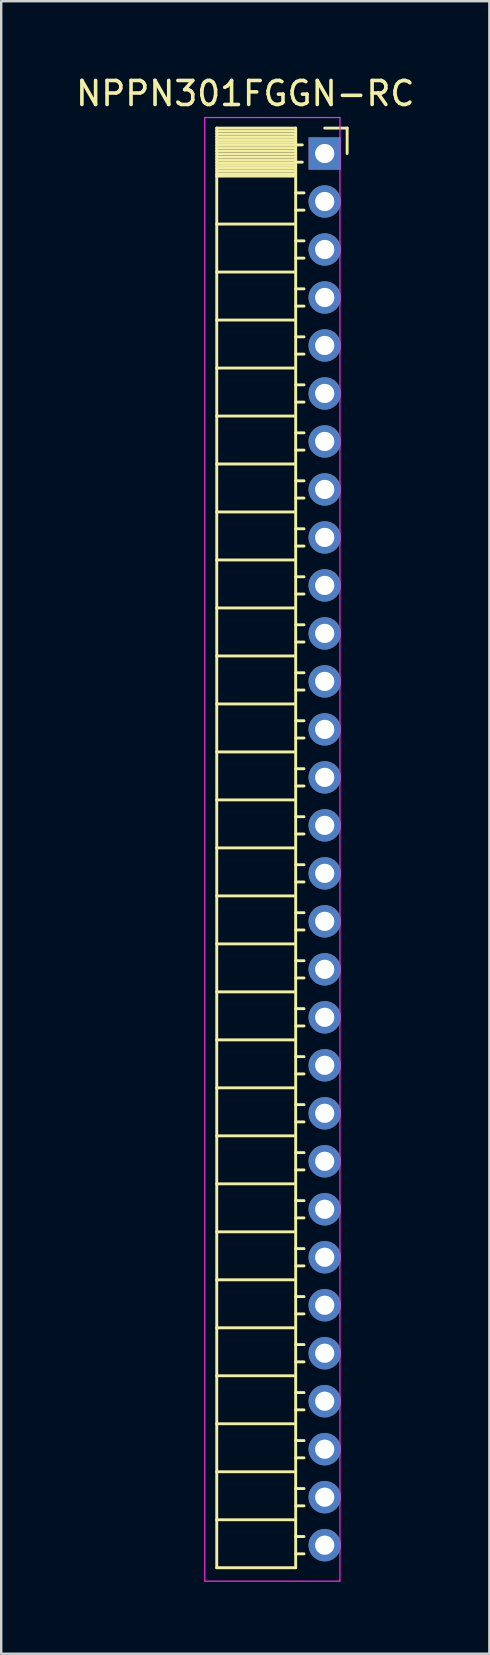
<source format=kicad_pcb>
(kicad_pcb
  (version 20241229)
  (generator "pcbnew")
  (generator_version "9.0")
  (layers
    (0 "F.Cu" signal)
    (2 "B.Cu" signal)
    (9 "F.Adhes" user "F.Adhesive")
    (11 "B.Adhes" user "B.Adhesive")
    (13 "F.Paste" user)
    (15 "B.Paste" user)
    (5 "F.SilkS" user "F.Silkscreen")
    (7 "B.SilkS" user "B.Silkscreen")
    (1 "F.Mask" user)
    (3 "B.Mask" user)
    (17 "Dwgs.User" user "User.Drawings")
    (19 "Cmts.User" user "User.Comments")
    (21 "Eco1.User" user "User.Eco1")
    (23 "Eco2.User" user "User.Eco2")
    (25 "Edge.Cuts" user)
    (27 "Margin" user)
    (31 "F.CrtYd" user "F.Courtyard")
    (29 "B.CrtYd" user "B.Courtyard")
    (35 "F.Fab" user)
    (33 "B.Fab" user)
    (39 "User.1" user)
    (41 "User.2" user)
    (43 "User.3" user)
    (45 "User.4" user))
  (footprint "NPPN301FGGN-RC"
    (layer "F.Cu")
    (at 10.483 3.348)
    (property "Reference" "NPPN301FGGN-RC" (at -3.31 -2.5 0) (layer "F.SilkS") (effects (font (size 1 1) (thickness 0.15))))
    (attr through_hole)
    (fp_line (start -4.5 -1.06) (end -4.5 58.94) (stroke (width 0.12) (type solid)) (layer "F.SilkS"))
    (fp_line (start -4.5 -1.06) (end -1.21 -1.06) (stroke (width 0.12) (type solid)) (layer "F.SilkS"))
    (fp_line (start -4.5 -0.94) (end -1.21 -0.94) (stroke (width 0.12) (type solid)) (layer "F.SilkS"))
    (fp_line (start -4.5 -0.82) (end -1.21 -0.82) (stroke (width 0.12) (type solid)) (layer "F.SilkS"))
    (fp_line (start -4.5 -0.7) (end -1.21 -0.7) (stroke (width 0.12) (type solid)) (layer "F.SilkS"))
    (fp_line (start -4.5 -0.58) (end -1.21 -0.58) (stroke (width 0.12) (type solid)) (layer "F.SilkS"))
    (fp_line (start -4.5 -0.46) (end -1.21 -0.46) (stroke (width 0.12) (type solid)) (layer "F.SilkS"))
    (fp_line (start -4.5 -0.34) (end -1.21 -0.34) (stroke (width 0.12) (type solid)) (layer "F.SilkS"))
    (fp_line (start -4.5 -0.22) (end -1.21 -0.22) (stroke (width 0.12) (type solid)) (layer "F.SilkS"))
    (fp_line (start -4.5 -0.1) (end -1.21 -0.1) (stroke (width 0.12) (type solid)) (layer "F.SilkS"))
    (fp_line (start -4.5 0.02) (end -1.21 0.02) (stroke (width 0.12) (type solid)) (layer "F.SilkS"))
    (fp_line (start -4.5 0.14) (end -1.21 0.14) (stroke (width 0.12) (type solid)) (layer "F.SilkS"))
    (fp_line (start -4.5 0.26) (end -1.21 0.26) (stroke (width 0.12) (type solid)) (layer "F.SilkS"))
    (fp_line (start -4.5 0.38) (end -1.21 0.38) (stroke (width 0.12) (type solid)) (layer "F.SilkS"))
    (fp_line (start -4.5 0.5) (end -1.21 0.5) (stroke (width 0.12) (type solid)) (layer "F.SilkS"))
    (fp_line (start -4.5 0.62) (end -1.21 0.62) (stroke (width 0.12) (type solid)) (layer "F.SilkS"))
    (fp_line (start -4.5 0.74) (end -1.21 0.74) (stroke (width 0.12) (type solid)) (layer "F.SilkS"))
    (fp_line (start -4.5 0.86) (end -1.21 0.86) (stroke (width 0.12) (type solid)) (layer "F.SilkS"))
    (fp_line (start -4.5 0.94) (end -1.21 0.94) (stroke (width 0.12) (type solid)) (layer "F.SilkS"))
    (fp_line (start -4.5 2.94) (end -1.21 2.94) (stroke (width 0.12) (type solid)) (layer "F.SilkS"))
    (fp_line (start -4.5 4.94) (end -1.21 4.94) (stroke (width 0.12) (type solid)) (layer "F.SilkS"))
    (fp_line (start -4.5 6.94) (end -1.21 6.94) (stroke (width 0.12) (type solid)) (layer "F.SilkS"))
    (fp_line (start -4.5 8.94) (end -1.21 8.94) (stroke (width 0.12) (type solid)) (layer "F.SilkS"))
    (fp_line (start -4.5 10.94) (end -1.21 10.94) (stroke (width 0.12) (type solid)) (layer "F.SilkS"))
    (fp_line (start -4.5 12.94) (end -1.21 12.94) (stroke (width 0.12) (type solid)) (layer "F.SilkS"))
    (fp_line (start -4.5 14.94) (end -1.21 14.94) (stroke (width 0.12) (type solid)) (layer "F.SilkS"))
    (fp_line (start -4.5 16.94) (end -1.21 16.94) (stroke (width 0.12) (type solid)) (layer "F.SilkS"))
    (fp_line (start -4.5 18.94) (end -1.21 18.94) (stroke (width 0.12) (type solid)) (layer "F.SilkS"))
    (fp_line (start -4.5 20.94) (end -1.21 20.94) (stroke (width 0.12) (type solid)) (layer "F.SilkS"))
    (fp_line (start -4.5 22.94) (end -1.21 22.94) (stroke (width 0.12) (type solid)) (layer "F.SilkS"))
    (fp_line (start -4.5 24.94) (end -1.21 24.94) (stroke (width 0.12) (type solid)) (layer "F.SilkS"))
    (fp_line (start -4.5 26.94) (end -1.21 26.94) (stroke (width 0.12) (type solid)) (layer "F.SilkS"))
    (fp_line (start -4.5 28.94) (end -1.21 28.94) (stroke (width 0.12) (type solid)) (layer "F.SilkS"))
    (fp_line (start -4.5 30.94) (end -1.21 30.94) (stroke (width 0.12) (type solid)) (layer "F.SilkS"))
    (fp_line (start -4.5 32.94) (end -1.21 32.94) (stroke (width 0.12) (type solid)) (layer "F.SilkS"))
    (fp_line (start -4.5 34.94) (end -1.21 34.94) (stroke (width 0.12) (type solid)) (layer "F.SilkS"))
    (fp_line (start -4.5 36.94) (end -1.21 36.94) (stroke (width 0.12) (type solid)) (layer "F.SilkS"))
    (fp_line (start -4.5 38.94) (end -1.21 38.94) (stroke (width 0.12) (type solid)) (layer "F.SilkS"))
    (fp_line (start -4.5 40.94) (end -1.21 40.94) (stroke (width 0.12) (type solid)) (layer "F.SilkS"))
    (fp_line (start -4.5 42.94) (end -1.21 42.94) (stroke (width 0.12) (type solid)) (layer "F.SilkS"))
    (fp_line (start -4.5 44.94) (end -1.21 44.94) (stroke (width 0.12) (type solid)) (layer "F.SilkS"))
    (fp_line (start -4.5 46.94) (end -1.21 46.94) (stroke (width 0.12) (type solid)) (layer "F.SilkS"))
    (fp_line (start -4.5 48.94) (end -1.21 48.94) (stroke (width 0.12) (type solid)) (layer "F.SilkS"))
    (fp_line (start -4.5 50.94) (end -1.21 50.94) (stroke (width 0.12) (type solid)) (layer "F.SilkS"))
    (fp_line (start -4.5 52.94) (end -1.21 52.94) (stroke (width 0.12) (type solid)) (layer "F.SilkS"))
    (fp_line (start -4.5 54.94) (end -1.21 54.94) (stroke (width 0.12) (type solid)) (layer "F.SilkS"))
    (fp_line (start -4.5 56.94) (end -1.21 56.94) (stroke (width 0.12) (type solid)) (layer "F.SilkS"))
    (fp_line (start -4.5 58.94) (end -1.21 58.94) (stroke (width 0.12) (type solid)) (layer "F.SilkS"))
    (fp_line (start -1.21 -1.06) (end -1.21 58.94) (stroke (width 0.12) (type solid)) (layer "F.SilkS"))
    (fp_line (start -1.21 -0.36) (end -0.935 -0.36) (stroke (width 0.12) (type solid)) (layer "F.SilkS"))
    (fp_line (start -1.21 0.36) (end -0.935 0.36) (stroke (width 0.12) (type solid)) (layer "F.SilkS"))
    (fp_line (start -1.21 1.64) (end -0.863 1.64) (stroke (width 0.12) (type solid)) (layer "F.SilkS"))
    (fp_line (start -1.21 2.36) (end -0.863 2.36) (stroke (width 0.12) (type solid)) (layer "F.SilkS"))
    (fp_line (start -1.21 3.64) (end -0.863 3.64) (stroke (width 0.12) (type solid)) (layer "F.SilkS"))
    (fp_line (start -1.21 4.36) (end -0.863 4.36) (stroke (width 0.12) (type solid)) (layer "F.SilkS"))
    (fp_line (start -1.21 5.64) (end -0.863 5.64) (stroke (width 0.12) (type solid)) (layer "F.SilkS"))
    (fp_line (start -1.21 6.36) (end -0.863 6.36) (stroke (width 0.12) (type solid)) (layer "F.SilkS"))
    (fp_line (start -1.21 7.64) (end -0.863 7.64) (stroke (width 0.12) (type solid)) (layer "F.SilkS"))
    (fp_line (start -1.21 8.36) (end -0.863 8.36) (stroke (width 0.12) (type solid)) (layer "F.SilkS"))
    (fp_line (start -1.21 9.64) (end -0.863 9.64) (stroke (width 0.12) (type solid)) (layer "F.SilkS"))
    (fp_line (start -1.21 10.36) (end -0.863 10.36) (stroke (width 0.12) (type solid)) (layer "F.SilkS"))
    (fp_line (start -1.21 11.64) (end -0.863 11.64) (stroke (width 0.12) (type solid)) (layer "F.SilkS"))
    (fp_line (start -1.21 12.36) (end -0.863 12.36) (stroke (width 0.12) (type solid)) (layer "F.SilkS"))
    (fp_line (start -1.21 13.64) (end -0.863 13.64) (stroke (width 0.12) (type solid)) (layer "F.SilkS"))
    (fp_line (start -1.21 14.36) (end -0.863 14.36) (stroke (width 0.12) (type solid)) (layer "F.SilkS"))
    (fp_line (start -1.21 15.64) (end -0.863 15.64) (stroke (width 0.12) (type solid)) (layer "F.SilkS"))
    (fp_line (start -1.21 16.36) (end -0.863 16.36) (stroke (width 0.12) (type solid)) (layer "F.SilkS"))
    (fp_line (start -1.21 17.64) (end -0.863 17.64) (stroke (width 0.12) (type solid)) (layer "F.SilkS"))
    (fp_line (start -1.21 18.36) (end -0.863 18.36) (stroke (width 0.12) (type solid)) (layer "F.SilkS"))
    (fp_line (start -1.21 19.64) (end -0.863 19.64) (stroke (width 0.12) (type solid)) (layer "F.SilkS"))
    (fp_line (start -1.21 20.36) (end -0.863 20.36) (stroke (width 0.12) (type solid)) (layer "F.SilkS"))
    (fp_line (start -1.21 21.64) (end -0.863 21.64) (stroke (width 0.12) (type solid)) (layer "F.SilkS"))
    (fp_line (start -1.21 22.36) (end -0.863 22.36) (stroke (width 0.12) (type solid)) (layer "F.SilkS"))
    (fp_line (start -1.21 23.64) (end -0.863 23.64) (stroke (width 0.12) (type solid)) (layer "F.SilkS"))
    (fp_line (start -1.21 24.36) (end -0.863 24.36) (stroke (width 0.12) (type solid)) (layer "F.SilkS"))
    (fp_line (start -1.21 25.64) (end -0.863 25.64) (stroke (width 0.12) (type solid)) (layer "F.SilkS"))
    (fp_line (start -1.21 26.36) (end -0.863 26.36) (stroke (width 0.12) (type solid)) (layer "F.SilkS"))
    (fp_line (start -1.21 27.64) (end -0.863 27.64) (stroke (width 0.12) (type solid)) (layer "F.SilkS"))
    (fp_line (start -1.21 28.36) (end -0.863 28.36) (stroke (width 0.12) (type solid)) (layer "F.SilkS"))
    (fp_line (start -1.21 29.64) (end -0.863 29.64) (stroke (width 0.12) (type solid)) (layer "F.SilkS"))
    (fp_line (start -1.21 30.36) (end -0.863 30.36) (stroke (width 0.12) (type solid)) (layer "F.SilkS"))
    (fp_line (start -1.21 31.64) (end -0.863 31.64) (stroke (width 0.12) (type solid)) (layer "F.SilkS"))
    (fp_line (start -1.21 32.36) (end -0.863 32.36) (stroke (width 0.12) (type solid)) (layer "F.SilkS"))
    (fp_line (start -1.21 33.64) (end -0.863 33.64) (stroke (width 0.12) (type solid)) (layer "F.SilkS"))
    (fp_line (start -1.21 34.36) (end -0.863 34.36) (stroke (width 0.12) (type solid)) (layer "F.SilkS"))
    (fp_line (start -1.21 35.64) (end -0.863 35.64) (stroke (width 0.12) (type solid)) (layer "F.SilkS"))
    (fp_line (start -1.21 36.36) (end -0.863 36.36) (stroke (width 0.12) (type solid)) (layer "F.SilkS"))
    (fp_line (start -1.21 37.64) (end -0.863 37.64) (stroke (width 0.12) (type solid)) (layer "F.SilkS"))
    (fp_line (start -1.21 38.36) (end -0.863 38.36) (stroke (width 0.12) (type solid)) (layer "F.SilkS"))
    (fp_line (start -1.21 39.64) (end -0.863 39.64) (stroke (width 0.12) (type solid)) (layer "F.SilkS"))
    (fp_line (start -1.21 40.36) (end -0.863 40.36) (stroke (width 0.12) (type solid)) (layer "F.SilkS"))
    (fp_line (start -1.21 41.64) (end -0.863 41.64) (stroke (width 0.12) (type solid)) (layer "F.SilkS"))
    (fp_line (start -1.21 42.36) (end -0.863 42.36) (stroke (width 0.12) (type solid)) (layer "F.SilkS"))
    (fp_line (start -1.21 43.64) (end -0.863 43.64) (stroke (width 0.12) (type solid)) (layer "F.SilkS"))
    (fp_line (start -1.21 44.36) (end -0.863 44.36) (stroke (width 0.12) (type solid)) (layer "F.SilkS"))
    (fp_line (start -1.21 45.64) (end -0.863 45.64) (stroke (width 0.12) (type solid)) (layer "F.SilkS"))
    (fp_line (start -1.21 46.36) (end -0.863 46.36) (stroke (width 0.12) (type solid)) (layer "F.SilkS"))
    (fp_line (start -1.21 47.64) (end -0.863 47.64) (stroke (width 0.12) (type solid)) (layer "F.SilkS"))
    (fp_line (start -1.21 48.36) (end -0.863 48.36) (stroke (width 0.12) (type solid)) (layer "F.SilkS"))
    (fp_line (start -1.21 49.64) (end -0.863 49.64) (stroke (width 0.12) (type solid)) (layer "F.SilkS"))
    (fp_line (start -1.21 50.36) (end -0.863 50.36) (stroke (width 0.12) (type solid)) (layer "F.SilkS"))
    (fp_line (start -1.21 51.64) (end -0.863 51.64) (stroke (width 0.12) (type solid)) (layer "F.SilkS"))
    (fp_line (start -1.21 52.36) (end -0.863 52.36) (stroke (width 0.12) (type solid)) (layer "F.SilkS"))
    (fp_line (start -1.21 53.64) (end -0.863 53.64) (stroke (width 0.12) (type solid)) (layer "F.SilkS"))
    (fp_line (start -1.21 54.36) (end -0.863 54.36) (stroke (width 0.12) (type solid)) (layer "F.SilkS"))
    (fp_line (start -1.21 55.64) (end -0.863 55.64) (stroke (width 0.12) (type solid)) (layer "F.SilkS"))
    (fp_line (start -1.21 56.36) (end -0.863 56.36) (stroke (width 0.12) (type solid)) (layer "F.SilkS"))
    (fp_line (start -1.21 57.64) (end -0.863 57.64) (stroke (width 0.12) (type solid)) (layer "F.SilkS"))
    (fp_line (start -1.21 58.36) (end -0.863 58.36) (stroke (width 0.12) (type solid)) (layer "F.SilkS"))
    (fp_line (start 0 -1.06) (end 0.935 -1.06) (stroke (width 0.12) (type solid)) (layer "F.SilkS"))
    (fp_line (start 0.935 -1.06) (end 0.935 0) (stroke (width 0.12) (type solid)) (layer "F.SilkS"))
    (fp_line (start -5 -1.5) (end -5 59.5) (stroke (width 0.05) (type solid)) (layer "F.CrtYd"))
    (fp_line (start -5 59.5) (end 0.635 59.5) (stroke (width 0.05) (type solid)) (layer "F.CrtYd"))
    (fp_line (start 0.635 -1.5) (end -5 -1.5) (stroke (width 0.05) (type solid)) (layer "F.CrtYd"))
    (fp_line (start 0.635 59.5) (end 0.635 -1.5) (stroke (width 0.05) (type solid)) (layer "F.CrtYd"))
    (pad "1" thru_hole rect (at 0 0) (size 1.35 1.35) (drill 0.8) (layers "*.Cu" "*.Mask"))
    (pad "2" thru_hole oval (at 0 2) (size 1.35 1.35) (drill 0.8) (layers "*.Cu" "*.Mask"))
    (pad "3" thru_hole oval (at 0 4) (size 1.35 1.35) (drill 0.8) (layers "*.Cu" "*.Mask"))
    (pad "4" thru_hole oval (at 0 6) (size 1.35 1.35) (drill 0.8) (layers "*.Cu" "*.Mask"))
    (pad "5" thru_hole oval (at 0 8) (size 1.35 1.35) (drill 0.8) (layers "*.Cu" "*.Mask"))
    (pad "6" thru_hole oval (at 0 10) (size 1.35 1.35) (drill 0.8) (layers "*.Cu" "*.Mask"))
    (pad "7" thru_hole oval (at 0 12) (size 1.35 1.35) (drill 0.8) (layers "*.Cu" "*.Mask"))
    (pad "8" thru_hole oval (at 0 14) (size 1.35 1.35) (drill 0.8) (layers "*.Cu" "*.Mask"))
    (pad "9" thru_hole oval (at 0 16) (size 1.35 1.35) (drill 0.8) (layers "*.Cu" "*.Mask"))
    (pad "10" thru_hole oval (at 0 18) (size 1.35 1.35) (drill 0.8) (layers "*.Cu" "*.Mask"))
    (pad "11" thru_hole oval (at 0 20) (size 1.35 1.35) (drill 0.8) (layers "*.Cu" "*.Mask"))
    (pad "12" thru_hole oval (at 0 22) (size 1.35 1.35) (drill 0.8) (layers "*.Cu" "*.Mask"))
    (pad "13" thru_hole oval (at 0 24) (size 1.35 1.35) (drill 0.8) (layers "*.Cu" "*.Mask"))
    (pad "14" thru_hole oval (at 0 26) (size 1.35 1.35) (drill 0.8) (layers "*.Cu" "*.Mask"))
    (pad "15" thru_hole oval (at 0 28) (size 1.35 1.35) (drill 0.8) (layers "*.Cu" "*.Mask"))
    (pad "16" thru_hole oval (at 0 30) (size 1.35 1.35) (drill 0.8) (layers "*.Cu" "*.Mask"))
    (pad "17" thru_hole oval (at 0 32) (size 1.35 1.35) (drill 0.8) (layers "*.Cu" "*.Mask"))
    (pad "18" thru_hole oval (at 0 34) (size 1.35 1.35) (drill 0.8) (layers "*.Cu" "*.Mask"))
    (pad "19" thru_hole oval (at 0 36) (size 1.35 1.35) (drill 0.8) (layers "*.Cu" "*.Mask"))
    (pad "20" thru_hole oval (at 0 38) (size 1.35 1.35) (drill 0.8) (layers "*.Cu" "*.Mask"))
    (pad "21" thru_hole oval (at 0 40) (size 1.35 1.35) (drill 0.8) (layers "*.Cu" "*.Mask"))
    (pad "22" thru_hole oval (at 0 42) (size 1.35 1.35) (drill 0.8) (layers "*.Cu" "*.Mask"))
    (pad "23" thru_hole oval (at 0 44) (size 1.35 1.35) (drill 0.8) (layers "*.Cu" "*.Mask"))
    (pad "24" thru_hole oval (at 0 46) (size 1.35 1.35) (drill 0.8) (layers "*.Cu" "*.Mask"))
    (pad "25" thru_hole oval (at 0 48) (size 1.35 1.35) (drill 0.8) (layers "*.Cu" "*.Mask"))
    (pad "26" thru_hole oval (at 0 50) (size 1.35 1.35) (drill 0.8) (layers "*.Cu" "*.Mask"))
    (pad "27" thru_hole oval (at 0 52) (size 1.35 1.35) (drill 0.8) (layers "*.Cu" "*.Mask"))
    (pad "28" thru_hole oval (at 0 54) (size 1.35 1.35) (drill 0.8) (layers "*.Cu" "*.Mask"))
    (pad "29" thru_hole oval (at 0 56) (size 1.35 1.35) (drill 0.8) (layers "*.Cu" "*.Mask"))
    (pad "30" thru_hole oval (at 0 58) (size 1.35 1.35) (drill 0.8) (layers "*.Cu" "*.Mask")))
  (gr_rect
    (start -3 -3)
    (end 17.345 65.873)
    (stroke (width 0.1) (type default))
    (fill no)
    (layer "Edge.Cuts")))
</source>
